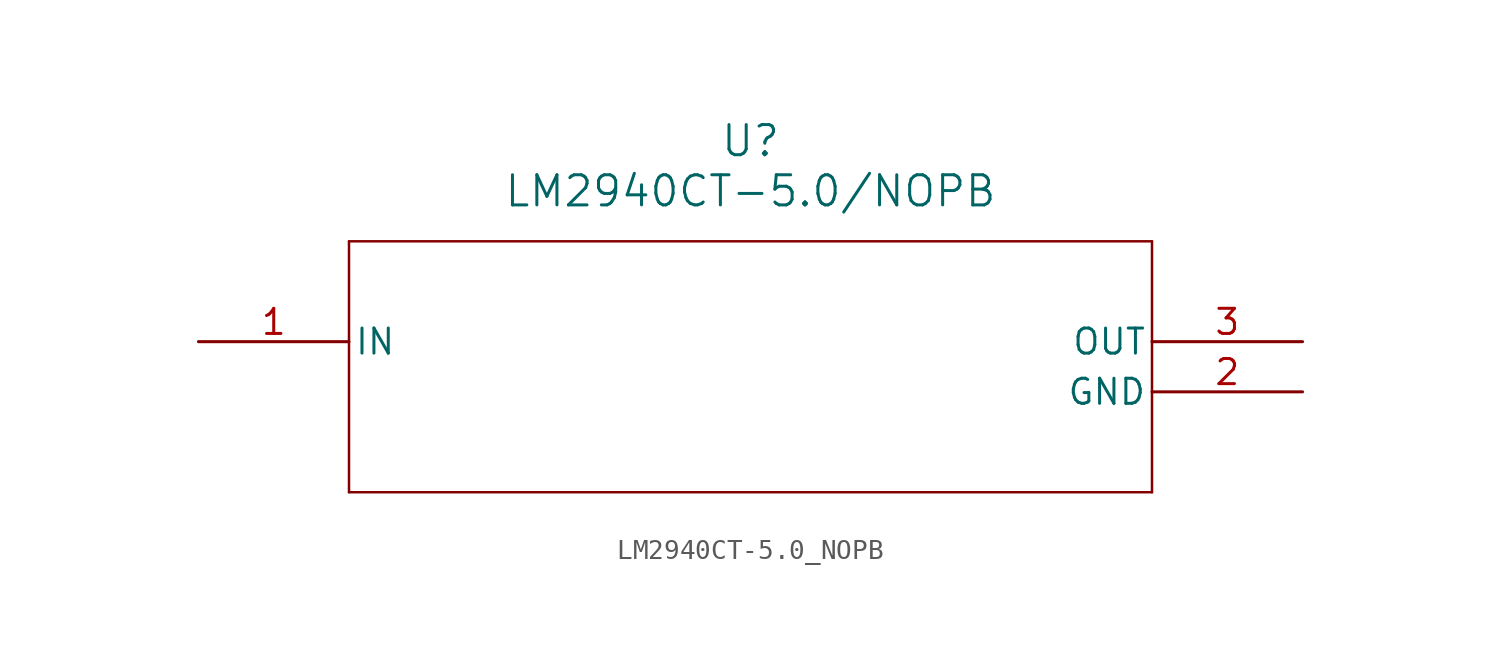
<source format=kicad_sym>
(kicad_symbol_lib
  (version 20211014)
  (generator kicad_symbol_editor)
  (symbol "LM2940CT-5.0_NOPB"
    (pin_names
      (offset 0.254))
    (property "Reference" "U"
      (at 27.94 10.16 0)
      (effects (font (size 1.524 1.524))))
    (property "Value" "LM2940CT-5.0/NOPB"
      (at 27.94 7.62 0)
      (effects (font (size 1.524 1.524))))
    (symbol "LM2940CT-5.0_NOPB_0_1"
      (polyline (pts (xy 7.62 5.08) (xy 7.62 -7.62)) (stroke (width 0.127) (type default) (color 0 0 0 0)) (fill (type none)))
      (polyline (pts (xy 7.62 -7.62) (xy 48.26 -7.62)) (stroke (width 0.127) (type default) (color 0 0 0 0)) (fill (type none)))
      (polyline (pts (xy 48.26 -7.62) (xy 48.26 5.08)) (stroke (width 0.127) (type default) (color 0 0 0 0)) (fill (type none)))
      (polyline (pts (xy 48.26 5.08) (xy 7.62 5.08)) (stroke (width 0.127) (type default) (color 0 0 0 0)) (fill (type none)))
      (pin input line (at 0 0 0) (length 7.62) (name "IN" (effects (font (size 1.27 1.27)))) (number "1" (effects (font (size 1.27 1.27)))))
      (pin passive line (at 55.88 -2.54 180) (length 7.62) (name "GND" (effects (font (size 1.27 1.27)))) (number "2" (effects (font (size 1.27 1.27)))))
      (pin output line (at 55.88 0 180) (length 7.62) (name "OUT" (effects (font (size 1.27 1.27)))) (number "3" (effects (font (size 1.27 1.27))))))))
</source>
